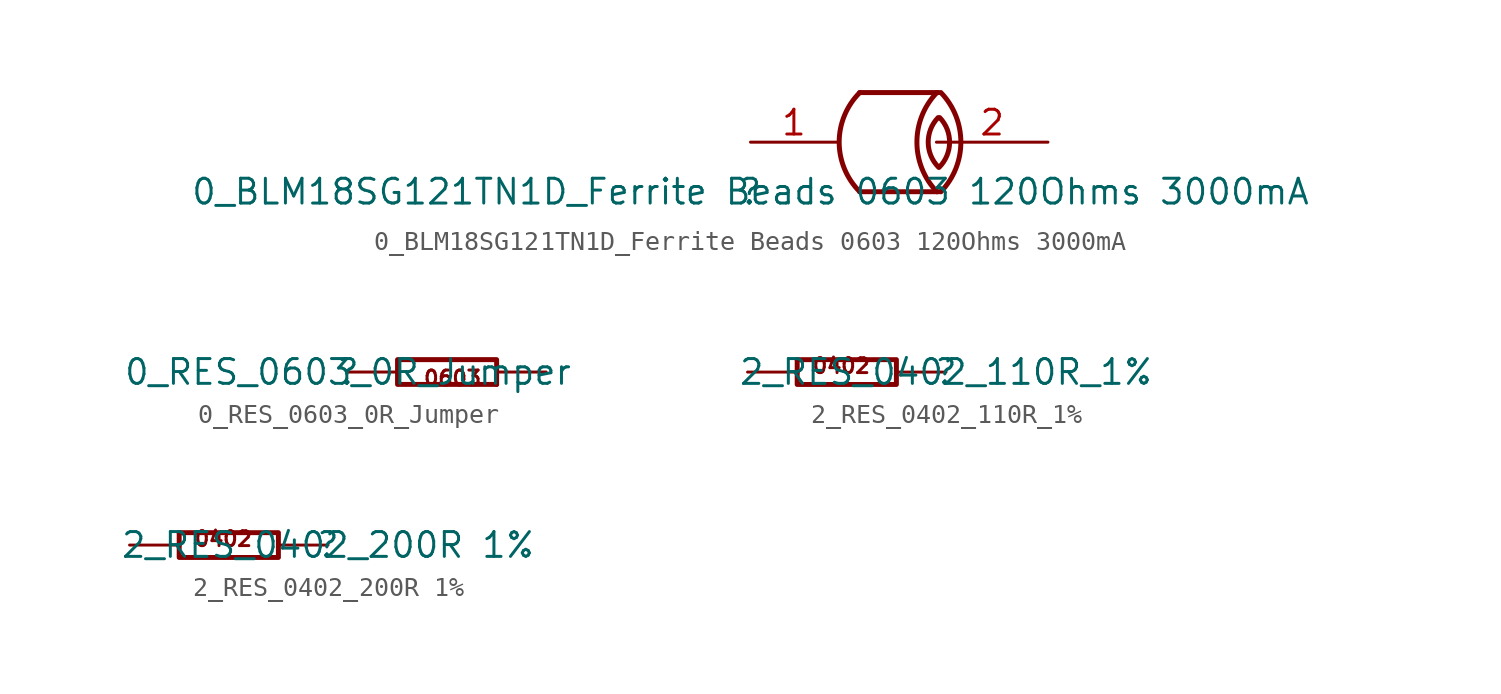
<source format=kicad_sym>
(kicad_symbol_lib
  (version 20211014)
  (generator kicad_symbol_editor)
  (symbol "0_BLM18SG121TN1D_Ferrite Beads 0603 120Ohms 3000mA"
    (property "Reference" ""
      (at 0 0 0)
      (effects (font (size 1.27 1.27))))
    (property "Value" "0_BLM18SG121TN1D_Ferrite Beads 0603 120Ohms 3000mA"
      (at 0 0 0)
      (effects (font (size 1.27 1.27))))
    (symbol "0_BLM18SG121TN1D_Ferrite Beads 0603 120Ohms 3000mA_1_0"
      (polyline (pts (xy 5.588 0) (xy 9.652 0) (xy 9.398 0)) (stroke (width 0.254) (type default) (color 0 0 0 0)) (fill (type none)))
      (polyline (pts (xy 5.588 5.08) (xy 9.652 5.08) (xy 9.398 5.08)) (stroke (width 0.254) (type default) (color 0 0 0 0)) (fill (type none)))
      (arc (start 5.599 5.0809) (mid 4.543 2.5337) (end 5.6079 -0.0098) (stroke (width 0.254) (type default) (color 0 0 0 0)) (fill (type none)))
      (arc (start 9.5494 5.081) (mid 8.5259 2.5378) (end 9.5525 -0.0042) (stroke (width 0.254) (type default) (color 0 0 0 0)) (fill (type none)))
      (arc (start 9.6086 3.797) (mid 9.1041 2.5201) (end 9.6365 1.2545) (stroke (width 0.254) (type default) (color 0 0 0 0)) (fill (type none)))
      (arc (start 9.6675 1.2545) (mid 10.1999 2.5201) (end 9.6954 3.797) (stroke (width 0.254) (type default) (color 0 0 0 0)) (fill (type none)))
      (arc (start 9.7515 -0.0042) (mid 10.778 2.5378) (end 9.7546 5.081) (stroke (width 0.254) (type default) (color 0 0 0 0)) (fill (type none)))
      (pin passive line (at 0 2.54 0) (length 4.445) (name "1" (effects (font (size 0 0)))) (number "1" (effects (font (size 1.27 1.27)))))
      (pin passive line (at 15.24 2.54 180) (length 5.715) (name "2" (effects (font (size 0 0)))) (number "2" (effects (font (size 1.27 1.27)))))))
  (symbol "0_RES_0603_0R_Jumper"
    (property "Reference" ""
      (at 0 0 0)
      (effects (font (size 1.27 1.27))))
    (property "Value" "0_RES_0603_0R_Jumper"
      (at 0 0 0)
      (effects (font (size 1.27 1.27))))
    (symbol "0_RES_0603_0R_Jumper_1_0"
      (polyline (pts (xy 7.62 -0.635) (xy 7.62 0)) (stroke (width 0.254) (type default) (color 0 0 0 0)) (fill (type none)))
      (polyline (pts (xy 7.62 0) (xy 7.62 0.635) (xy 2.54 0.635) (xy 2.54 -0.635) (xy 7.62 -0.635)) (stroke (width 0.254) (type default) (color 0 0 0 0)) (fill (type none)))
      (text "0603" (at 3.81 -0.762 0) (effects (font (size 0.762 0.762)) (justify left bottom)))
      (pin passive line (at 0 0 0) (length 2.54) (name "1" (effects (font (size 0 0)))) (number "1" (effects (font (size 0 0)))))
      (pin passive line (at 10.16 0 180) (length 2.54) (name "2" (effects (font (size 0 0)))) (number "2" (effects (font (size 0 0)))))))
  (symbol "2_RES_0402_110R_1%"
    (property "Reference" ""
      (at 0 0 0)
      (effects (font (size 1.27 1.27))))
    (property "Value" "2_RES_0402_110R_1%"
      (at 0 0 0)
      (effects (font (size 1.27 1.27))))
    (symbol "2_RES_0402_110R_1%_1_0"
      (polyline (pts (xy -7.62 0.635) (xy -7.62 0)) (stroke (width 0.254) (type default) (color 0 0 0 0)) (fill (type none)))
      (polyline (pts (xy -7.62 0) (xy -7.62 -0.635) (xy -2.54 -0.635) (xy -2.54 0.635) (xy -7.62 0.635)) (stroke (width 0.254) (type default) (color 0 0 0 0)) (fill (type none)))
      (text "0402" (at -3.81 0.762 0) (effects (font (size 0.762 0.762)) (justify right top)))
      (pin passive line (at 0 0 180) (length 2.54) (name "1" (effects (font (size 0 0)))) (number "1" (effects (font (size 0 0)))))
      (pin passive line (at -10.16 0 0) (length 2.54) (name "2" (effects (font (size 0 0)))) (number "2" (effects (font (size 0 0)))))))
  (symbol "2_RES_0402_200R 1%"
    (property "Reference" ""
      (at 0 0 0)
      (effects (font (size 1.27 1.27))))
    (property "Value" "2_RES_0402_200R 1%"
      (at 0 0 0)
      (effects (font (size 1.27 1.27))))
    (symbol "2_RES_0402_200R 1%_1_0"
      (polyline (pts (xy -7.62 0.635) (xy -7.62 0)) (stroke (width 0.254) (type default) (color 0 0 0 0)) (fill (type none)))
      (polyline (pts (xy -7.62 0) (xy -7.62 -0.635) (xy -2.54 -0.635) (xy -2.54 0.635) (xy -7.62 0.635)) (stroke (width 0.254) (type default) (color 0 0 0 0)) (fill (type none)))
      (text "0402" (at -3.81 0.762 0) (effects (font (size 0.762 0.762)) (justify right top)))
      (pin passive line (at 0 0 180) (length 2.54) (name "1" (effects (font (size 0 0)))) (number "1" (effects (font (size 0 0)))))
      (pin passive line (at -10.16 0 0) (length 2.54) (name "2" (effects (font (size 0 0)))) (number "2" (effects (font (size 0 0))))))))
</source>
